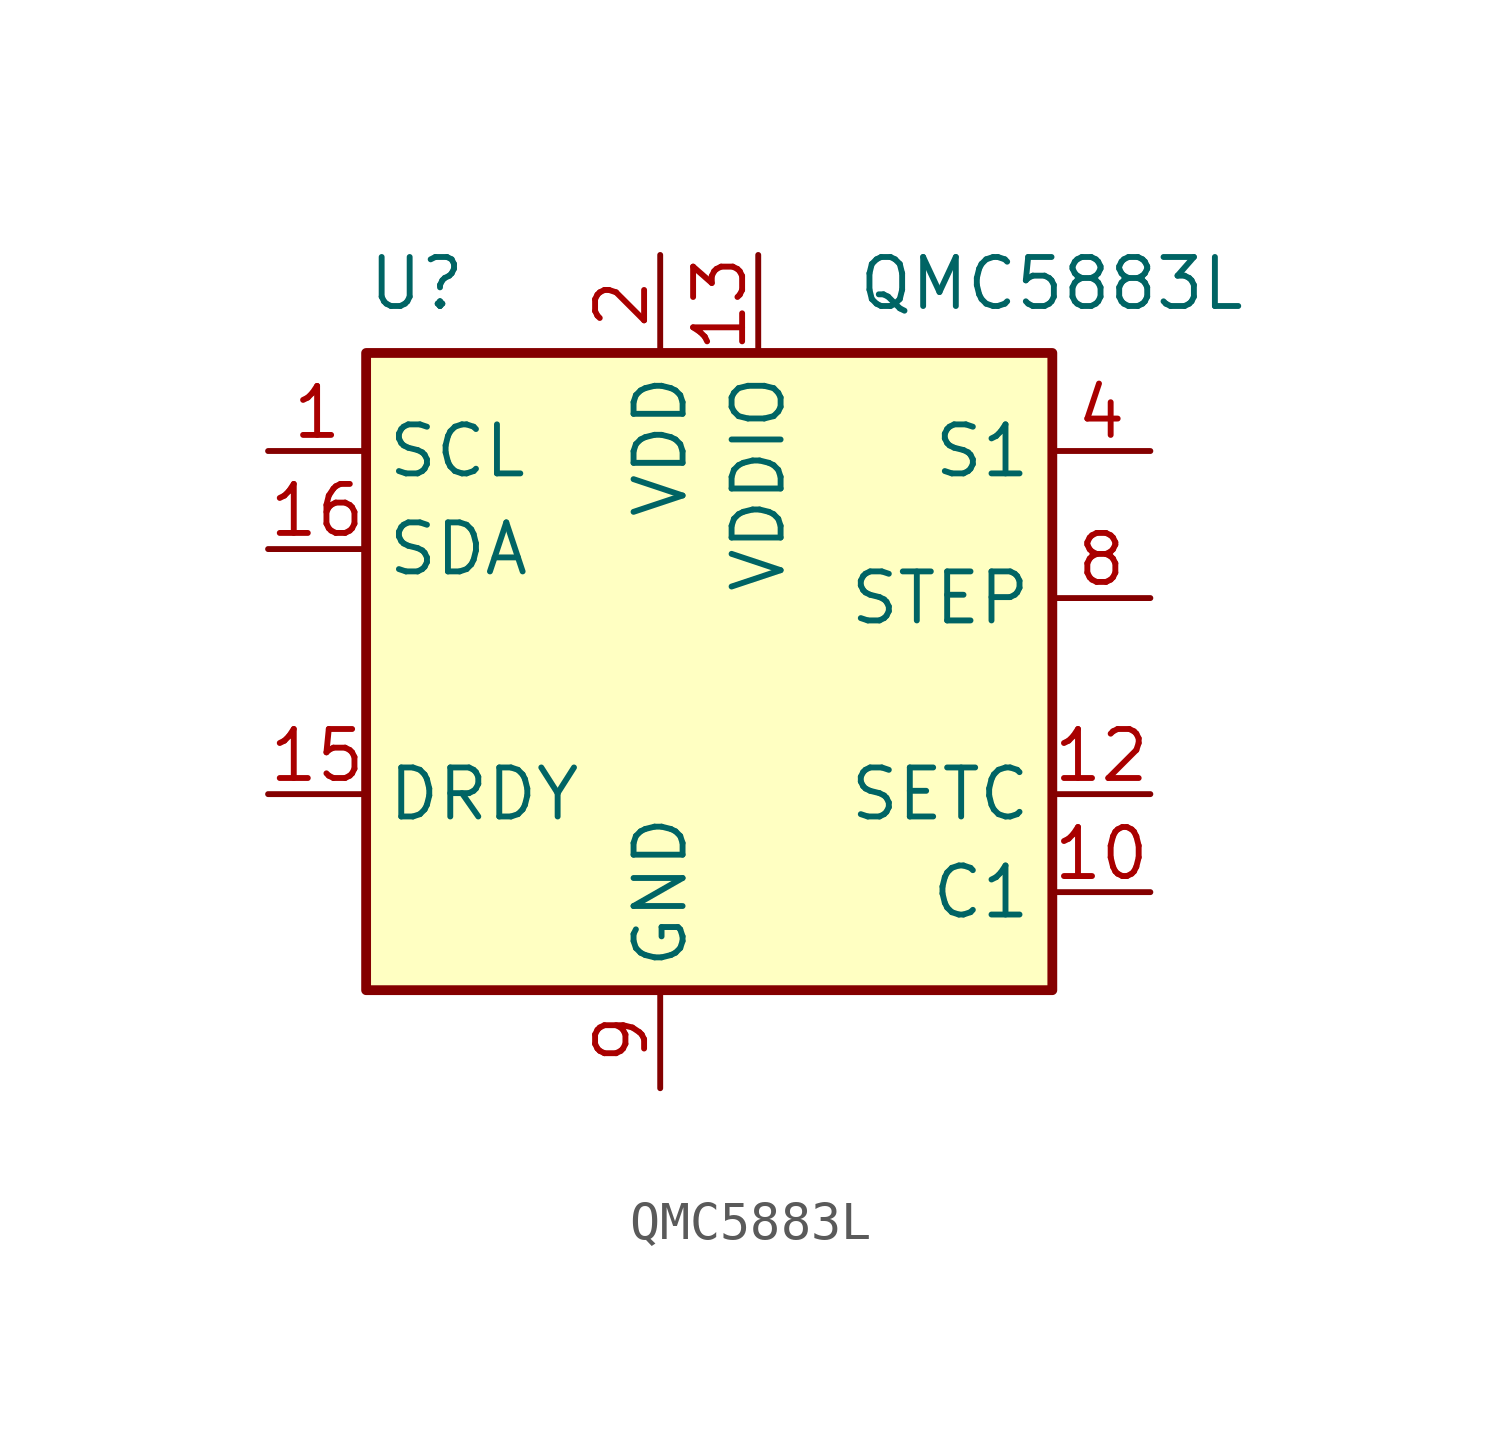
<source format=kicad_sym>
(kicad_symbol_lib
  (version 20241209)
  (generator "kicad_symbol_editor")
  (generator_version "9.0")
  (symbol "QMC5883L"
    (property "Reference" "U"
      (at -7.62 7.62 0)
      (effects (font (size 1.27 1.27)) (justify left top)))
    (property "Value" "QMC5883L"
      (at 5.08 7.62 0)
      (effects (font (size 1.27 1.27)) (justify left top)))
    (symbol "QMC5883L_0_1"
      (rectangle (start -7.62 5.08) (end 10.16 -11.43) (stroke (width 0.254) (type default)) (fill (type background))))
    (symbol "QMC5883L_1_1"
      (pin input line (at -10.16 2.54 0) (length 2.54) (name "SCL" (effects (font (size 1.27 1.27)))) (number "1" (effects (font (size 1.27 1.27)))))
      (pin bidirectional line (at -10.16 0 0) (length 2.54) (name "SDA" (effects (font (size 1.27 1.27)))) (number "16" (effects (font (size 1.27 1.27)))))
      (pin output line (at -10.16 -6.35 0) (length 2.54) (name "DRDY" (effects (font (size 1.27 1.27)))) (number "15" (effects (font (size 1.27 1.27)))))
      (pin power_in line (at 0 7.62 270) (length 2.54) (name "VDD" (effects (font (size 1.27 1.27)))) (number "2" (effects (font (size 1.27 1.27)))))
      (pin passive line (at 0 -13.97 90) (length 2.54) (hide yes) (name "GND" (effects (font (size 1.27 1.27)))) (number "11" (effects (font (size 1.27 1.27)))))
      (pin power_in line (at 0 -13.97 90) (length 2.54) (name "GND" (effects (font (size 1.27 1.27)))) (number "9" (effects (font (size 1.27 1.27)))))
      (pin no_connect line (at 1.27 -2.54 180) (length 2.54) (hide yes) (name "NC" (effects (font (size 1.27 1.27)))) (number "14" (effects (font (size 1.27 1.27)))))
      (pin no_connect line (at 1.27 -2.54 180) (length 2.54) (hide yes) (name "NC" (effects (font (size 1.27 1.27)))) (number "3" (effects (font (size 1.27 1.27)))))
      (pin no_connect line (at 1.27 -2.54 180) (length 2.54) (hide yes) (name "NC" (effects (font (size 1.27 1.27)))) (number "5" (effects (font (size 1.27 1.27)))))
      (pin no_connect line (at 1.27 -2.54 180) (length 2.54) (hide yes) (name "NC" (effects (font (size 1.27 1.27)))) (number "6" (effects (font (size 1.27 1.27)))))
      (pin no_connect line (at 1.27 -2.54 180) (length 2.54) (hide yes) (name "NC" (effects (font (size 1.27 1.27)))) (number "7" (effects (font (size 1.27 1.27)))))
      (pin power_in line (at 2.54 7.62 270) (length 2.54) (name "VDDIO" (effects (font (size 1.27 1.27)))) (number "13" (effects (font (size 1.27 1.27)))))
      (pin passive line (at 12.7 2.54 180) (length 2.54) (name "S1" (effects (font (size 1.27 1.27)))) (number "4" (effects (font (size 1.27 1.27)))))
      (pin passive line (at 12.7 -1.27 180) (length 2.54) (name "STEP" (effects (font (size 1.27 1.27)))) (number "8" (effects (font (size 1.27 1.27)))))
      (pin passive line (at 12.7 -6.35 180) (length 2.54) (name "SETC" (effects (font (size 1.27 1.27)))) (number "12" (effects (font (size 1.27 1.27)))))
      (pin passive line (at 12.7 -8.89 180) (length 2.54) (name "C1" (effects (font (size 1.27 1.27)))) (number "10" (effects (font (size 1.27 1.27))))))))
</source>
